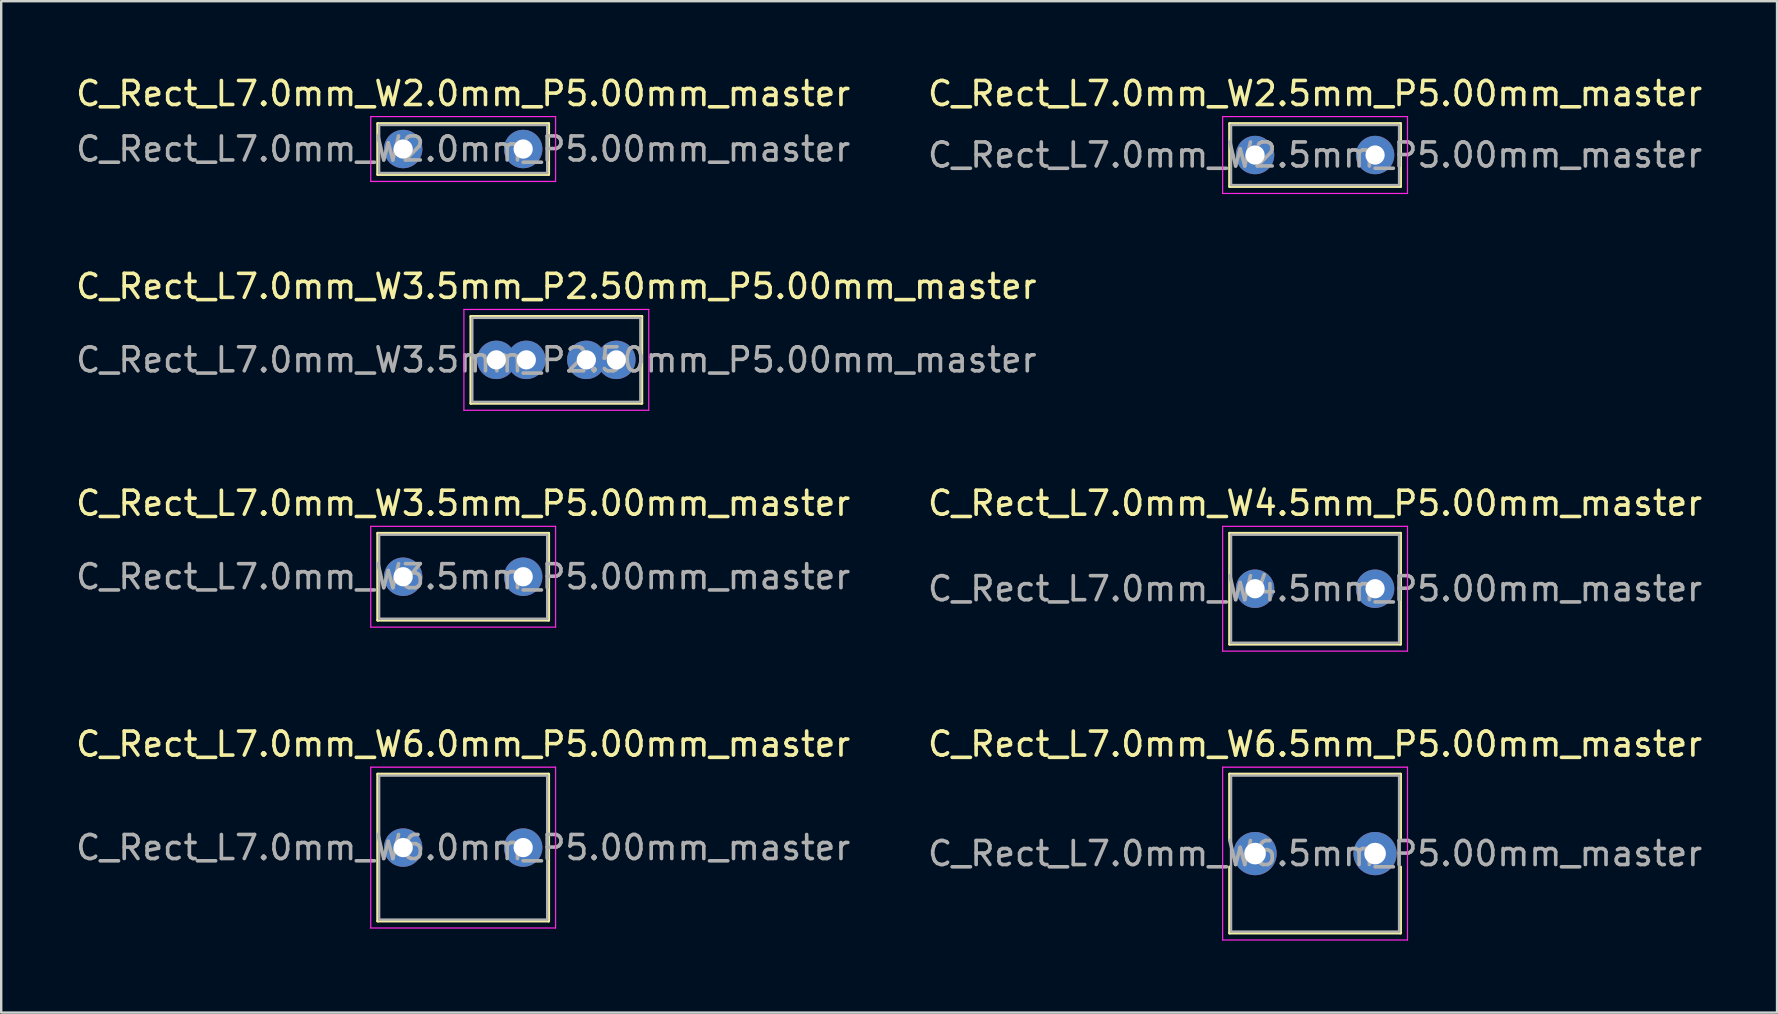
<source format=kicad_pcb>
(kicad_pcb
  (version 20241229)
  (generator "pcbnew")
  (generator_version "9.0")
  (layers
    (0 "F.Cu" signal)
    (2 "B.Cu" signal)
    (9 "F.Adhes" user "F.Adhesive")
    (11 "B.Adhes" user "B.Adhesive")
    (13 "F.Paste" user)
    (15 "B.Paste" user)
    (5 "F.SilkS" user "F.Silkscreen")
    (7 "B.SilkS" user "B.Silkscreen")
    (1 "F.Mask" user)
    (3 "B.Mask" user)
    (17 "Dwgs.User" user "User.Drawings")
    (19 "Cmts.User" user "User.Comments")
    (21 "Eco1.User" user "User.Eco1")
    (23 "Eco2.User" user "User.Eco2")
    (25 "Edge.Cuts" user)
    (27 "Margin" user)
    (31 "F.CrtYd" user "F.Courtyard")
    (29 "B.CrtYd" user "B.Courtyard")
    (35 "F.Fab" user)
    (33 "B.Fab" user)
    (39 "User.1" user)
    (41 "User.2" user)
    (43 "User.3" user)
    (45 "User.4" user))
  (footprint "C_Rect_L7.0mm_W2.0mm_P5.00mm_master"
    (layer "F.Cu")
    (at 13.744 3.158)
    (property "Reference" "C_Rect_L7.0mm_W2.0mm_P5.00mm_master" (at 2.5 -2.31 0) (layer "F.SilkS") (effects (font (size 1 1) (thickness 0.15))))
    (attr through_hole)
    (fp_line (start -1.06 -1.06) (end -1.06 1.06) (stroke (width 0.12) (type solid)) (layer "F.SilkS"))
    (fp_line (start -1.06 -1.06) (end 6.06 -1.06) (stroke (width 0.12) (type solid)) (layer "F.SilkS"))
    (fp_line (start -1.06 1.06) (end 6.06 1.06) (stroke (width 0.12) (type solid)) (layer "F.SilkS"))
    (fp_line (start 6.06 -1.06) (end 6.06 1.06) (stroke (width 0.12) (type solid)) (layer "F.SilkS"))
    (fp_line (start -1.35 -1.35) (end -1.35 1.35) (stroke (width 0.05) (type solid)) (layer "F.CrtYd"))
    (fp_line (start -1.35 1.35) (end 6.35 1.35) (stroke (width 0.05) (type solid)) (layer "F.CrtYd"))
    (fp_line (start 6.35 -1.35) (end -1.35 -1.35) (stroke (width 0.05) (type solid)) (layer "F.CrtYd"))
    (fp_line (start 6.35 1.35) (end 6.35 -1.35) (stroke (width 0.05) (type solid)) (layer "F.CrtYd"))
    (fp_line (start -1 -1) (end -1 1) (stroke (width 0.1) (type solid)) (layer "F.Fab"))
    (fp_line (start -1 1) (end 6 1) (stroke (width 0.1) (type solid)) (layer "F.Fab"))
    (fp_line (start 6 -1) (end -1 -1) (stroke (width 0.1) (type solid)) (layer "F.Fab"))
    (fp_line (start 6 1) (end 6 -1) (stroke (width 0.1) (type solid)) (layer "F.Fab"))
    (fp_text user "${REFERENCE}" (at 2.5 0 0) (layer "F.Fab") (effects (font (size 1 1) (thickness 0.15))))
    (pad "1" thru_hole circle (at 0 0) (size 1.6 1.6) (drill 0.8) (layers "*.Cu" "*.Mask"))
    (pad "2" thru_hole circle (at 5 0) (size 1.6 1.6) (drill 0.8) (layers "*.Cu" "*.Mask")))
  (footprint "C_Rect_L7.0mm_W4.5mm_P5.00mm_master"
    (layer "F.Cu")
    (at 49.232 21.475)
    (property "Reference" "C_Rect_L7.0mm_W4.5mm_P5.00mm_master" (at 2.5 -3.56 0) (layer "F.SilkS") (effects (font (size 1 1) (thickness 0.15))))
    (attr through_hole)
    (fp_line (start -1.06 -2.31) (end -1.06 2.31) (stroke (width 0.12) (type solid)) (layer "F.SilkS"))
    (fp_line (start -1.06 -2.31) (end 6.06 -2.31) (stroke (width 0.12) (type solid)) (layer "F.SilkS"))
    (fp_line (start -1.06 2.31) (end 6.06 2.31) (stroke (width 0.12) (type solid)) (layer "F.SilkS"))
    (fp_line (start 6.06 -2.31) (end 6.06 2.31) (stroke (width 0.12) (type solid)) (layer "F.SilkS"))
    (fp_line (start -1.35 -2.6) (end -1.35 2.6) (stroke (width 0.05) (type solid)) (layer "F.CrtYd"))
    (fp_line (start -1.35 2.6) (end 6.35 2.6) (stroke (width 0.05) (type solid)) (layer "F.CrtYd"))
    (fp_line (start 6.35 -2.6) (end -1.35 -2.6) (stroke (width 0.05) (type solid)) (layer "F.CrtYd"))
    (fp_line (start 6.35 2.6) (end 6.35 -2.6) (stroke (width 0.05) (type solid)) (layer "F.CrtYd"))
    (fp_line (start -1 -2.25) (end -1 2.25) (stroke (width 0.1) (type solid)) (layer "F.Fab"))
    (fp_line (start -1 2.25) (end 6 2.25) (stroke (width 0.1) (type solid)) (layer "F.Fab"))
    (fp_line (start 6 -2.25) (end -1 -2.25) (stroke (width 0.1) (type solid)) (layer "F.Fab"))
    (fp_line (start 6 2.25) (end 6 -2.25) (stroke (width 0.1) (type solid)) (layer "F.Fab"))
    (fp_text user "${REFERENCE}" (at 2.5 0 0) (layer "F.Fab") (effects (font (size 1 1) (thickness 0.15))))
    (pad "1" thru_hole circle (at 0 0) (size 1.6 1.6) (drill 0.8) (layers "*.Cu" "*.Mask"))
    (pad "2" thru_hole circle (at 5 0) (size 1.6 1.6) (drill 0.8) (layers "*.Cu" "*.Mask")))
  (footprint "C_Rect_L7.0mm_W2.5mm_P5.00mm_master"
    (layer "F.Cu")
    (at 49.232 3.408)
    (property "Reference" "C_Rect_L7.0mm_W2.5mm_P5.00mm_master" (at 2.5 -2.56 0) (layer "F.SilkS") (effects (font (size 1 1) (thickness 0.15))))
    (attr through_hole)
    (fp_line (start -1.06 -1.31) (end -1.06 1.31) (stroke (width 0.12) (type solid)) (layer "F.SilkS"))
    (fp_line (start -1.06 -1.31) (end 6.06 -1.31) (stroke (width 0.12) (type solid)) (layer "F.SilkS"))
    (fp_line (start -1.06 1.31) (end 6.06 1.31) (stroke (width 0.12) (type solid)) (layer "F.SilkS"))
    (fp_line (start 6.06 -1.31) (end 6.06 1.31) (stroke (width 0.12) (type solid)) (layer "F.SilkS"))
    (fp_line (start -1.35 -1.6) (end -1.35 1.6) (stroke (width 0.05) (type solid)) (layer "F.CrtYd"))
    (fp_line (start -1.35 1.6) (end 6.35 1.6) (stroke (width 0.05) (type solid)) (layer "F.CrtYd"))
    (fp_line (start 6.35 -1.6) (end -1.35 -1.6) (stroke (width 0.05) (type solid)) (layer "F.CrtYd"))
    (fp_line (start 6.35 1.6) (end 6.35 -1.6) (stroke (width 0.05) (type solid)) (layer "F.CrtYd"))
    (fp_line (start -1 -1.25) (end -1 1.25) (stroke (width 0.1) (type solid)) (layer "F.Fab"))
    (fp_line (start -1 1.25) (end 6 1.25) (stroke (width 0.1) (type solid)) (layer "F.Fab"))
    (fp_line (start 6 -1.25) (end -1 -1.25) (stroke (width 0.1) (type solid)) (layer "F.Fab"))
    (fp_line (start 6 1.25) (end 6 -1.25) (stroke (width 0.1) (type solid)) (layer "F.Fab"))
    (fp_text user "${REFERENCE}" (at 2.5 0 0) (layer "F.Fab") (effects (font (size 1 1) (thickness 0.15))))
    (pad "1" thru_hole circle (at 0 0) (size 1.6 1.6) (drill 0.8) (layers "*.Cu" "*.Mask"))
    (pad "2" thru_hole circle (at 5 0) (size 1.6 1.6) (drill 0.8) (layers "*.Cu" "*.Mask")))
  (footprint "C_Rect_L7.0mm_W6.0mm_P5.00mm_master"
    (layer "F.Cu")
    (at 13.744 32.258)
    (property "Reference" "C_Rect_L7.0mm_W6.0mm_P5.00mm_master" (at 2.5 -4.31 0) (layer "F.SilkS") (effects (font (size 1 1) (thickness 0.15))))
    (attr through_hole)
    (fp_line (start -1.06 -3.06) (end -1.06 3.06) (stroke (width 0.12) (type solid)) (layer "F.SilkS"))
    (fp_line (start -1.06 -3.06) (end 6.06 -3.06) (stroke (width 0.12) (type solid)) (layer "F.SilkS"))
    (fp_line (start -1.06 3.06) (end 6.06 3.06) (stroke (width 0.12) (type solid)) (layer "F.SilkS"))
    (fp_line (start 6.06 -3.06) (end 6.06 3.06) (stroke (width 0.12) (type solid)) (layer "F.SilkS"))
    (fp_line (start -1.35 -3.35) (end -1.35 3.35) (stroke (width 0.05) (type solid)) (layer "F.CrtYd"))
    (fp_line (start -1.35 3.35) (end 6.35 3.35) (stroke (width 0.05) (type solid)) (layer "F.CrtYd"))
    (fp_line (start 6.35 -3.35) (end -1.35 -3.35) (stroke (width 0.05) (type solid)) (layer "F.CrtYd"))
    (fp_line (start 6.35 3.35) (end 6.35 -3.35) (stroke (width 0.05) (type solid)) (layer "F.CrtYd"))
    (fp_line (start -1 -3) (end -1 3) (stroke (width 0.1) (type solid)) (layer "F.Fab"))
    (fp_line (start -1 3) (end 6 3) (stroke (width 0.1) (type solid)) (layer "F.Fab"))
    (fp_line (start 6 -3) (end -1 -3) (stroke (width 0.1) (type solid)) (layer "F.Fab"))
    (fp_line (start 6 3) (end 6 -3) (stroke (width 0.1) (type solid)) (layer "F.Fab"))
    (fp_text user "${REFERENCE}" (at 2.5 0 0) (layer "F.Fab") (effects (font (size 1 1) (thickness 0.15))))
    (pad "1" thru_hole circle (at 0 0) (size 1.6 1.6) (drill 0.8) (layers "*.Cu" "*.Mask"))
    (pad "2" thru_hole circle (at 5 0) (size 1.6 1.6) (drill 0.8) (layers "*.Cu" "*.Mask")))
  (footprint "C_Rect_L7.0mm_W6.5mm_P5.00mm_master"
    (layer "F.Cu")
    (at 49.232 32.508)
    (property "Reference" "C_Rect_L7.0mm_W6.5mm_P5.00mm_master" (at 2.5 -4.56 0) (layer "F.SilkS") (effects (font (size 1 1) (thickness 0.15))))
    (attr through_hole)
    (fp_line (start -1.06 -3.31) (end -1.06 -0.555) (stroke (width 0.12) (type solid)) (layer "F.SilkS"))
    (fp_line (start -1.06 -3.31) (end 6.06 -3.31) (stroke (width 0.12) (type solid)) (layer "F.SilkS"))
    (fp_line (start -1.06 0.555) (end -1.06 3.31) (stroke (width 0.12) (type solid)) (layer "F.SilkS"))
    (fp_line (start -1.06 3.31) (end 6.06 3.31) (stroke (width 0.12) (type solid)) (layer "F.SilkS"))
    (fp_line (start 6.06 -3.31) (end 6.06 -0.555) (stroke (width 0.12) (type solid)) (layer "F.SilkS"))
    (fp_line (start 6.06 0.555) (end 6.06 3.31) (stroke (width 0.12) (type solid)) (layer "F.SilkS"))
    (fp_line (start -1.35 -3.6) (end -1.35 3.6) (stroke (width 0.05) (type solid)) (layer "F.CrtYd"))
    (fp_line (start -1.35 3.6) (end 6.35 3.6) (stroke (width 0.05) (type solid)) (layer "F.CrtYd"))
    (fp_line (start 6.35 -3.6) (end -1.35 -3.6) (stroke (width 0.05) (type solid)) (layer "F.CrtYd"))
    (fp_line (start 6.35 3.6) (end 6.35 -3.6) (stroke (width 0.05) (type solid)) (layer "F.CrtYd"))
    (fp_line (start -1 -3.25) (end -1 3.25) (stroke (width 0.1) (type solid)) (layer "F.Fab"))
    (fp_line (start -1 3.25) (end 6 3.25) (stroke (width 0.1) (type solid)) (layer "F.Fab"))
    (fp_line (start 6 -3.25) (end -1 -3.25) (stroke (width 0.1) (type solid)) (layer "F.Fab"))
    (fp_line (start 6 3.25) (end 6 -3.25) (stroke (width 0.1) (type solid)) (layer "F.Fab"))
    (fp_text user "${REFERENCE}" (at 2.5 0 0) (layer "F.Fab") (effects (font (size 1 1) (thickness 0.15))))
    (pad "1" thru_hole circle (at 0 0) (size 1.8 1.8) (drill 0.9) (layers "*.Cu" "*.Mask"))
    (pad "2" thru_hole circle (at 5 0) (size 1.8 1.8) (drill 0.9) (layers "*.Cu" "*.Mask")))
  (footprint "C_Rect_L7.0mm_W3.5mm_P2.50mm_P5.00mm_master"
    (layer "F.Cu")
    (at 17.625 11.941)
    (property "Reference" "C_Rect_L7.0mm_W3.5mm_P2.50mm_P5.00mm_master" (at 2.5 -3.06 0) (layer "F.SilkS") (effects (font (size 1 1) (thickness 0.15))))
    (attr through_hole)
    (fp_line (start -1.06 -1.81) (end -1.06 1.81) (stroke (width 0.12) (type solid)) (layer "F.SilkS"))
    (fp_line (start -1.06 -1.81) (end 6.06 -1.81) (stroke (width 0.12) (type solid)) (layer "F.SilkS"))
    (fp_line (start -1.06 1.81) (end 6.06 1.81) (stroke (width 0.12) (type solid)) (layer "F.SilkS"))
    (fp_line (start 6.06 -1.81) (end 6.06 1.81) (stroke (width 0.12) (type solid)) (layer "F.SilkS"))
    (fp_line (start -1.35 -2.1) (end -1.35 2.1) (stroke (width 0.05) (type solid)) (layer "F.CrtYd"))
    (fp_line (start -1.35 2.1) (end 6.35 2.1) (stroke (width 0.05) (type solid)) (layer "F.CrtYd"))
    (fp_line (start 6.35 -2.1) (end -1.35 -2.1) (stroke (width 0.05) (type solid)) (layer "F.CrtYd"))
    (fp_line (start 6.35 2.1) (end 6.35 -2.1) (stroke (width 0.05) (type solid)) (layer "F.CrtYd"))
    (fp_line (start -1 -1.75) (end -1 1.75) (stroke (width 0.1) (type solid)) (layer "F.Fab"))
    (fp_line (start -1 1.75) (end 6 1.75) (stroke (width 0.1) (type solid)) (layer "F.Fab"))
    (fp_line (start 6 -1.75) (end -1 -1.75) (stroke (width 0.1) (type solid)) (layer "F.Fab"))
    (fp_line (start 6 1.75) (end 6 -1.75) (stroke (width 0.1) (type solid)) (layer "F.Fab"))
    (fp_text user "${REFERENCE}" (at 2.5 0 0) (layer "F.Fab") (effects (font (size 1 1) (thickness 0.15))))
    (pad "1" thru_hole circle (at 0 0) (size 1.6 1.6) (drill 0.8) (layers "*.Cu" "*.Mask"))
    (pad "1" thru_hole circle (at 1.25 0) (size 1.6 1.6) (drill 0.8) (layers "*.Cu" "*.Mask"))
    (pad "2" thru_hole circle (at 3.75 0) (size 1.6 1.6) (drill 0.8) (layers "*.Cu" "*.Mask"))
    (pad "2" thru_hole circle (at 5 0) (size 1.6 1.6) (drill 0.8) (layers "*.Cu" "*.Mask")))
  (footprint "C_Rect_L7.0mm_W3.5mm_P5.00mm_master"
    (layer "F.Cu")
    (at 13.744 20.975)
    (property "Reference" "C_Rect_L7.0mm_W3.5mm_P5.00mm_master" (at 2.5 -3.06 0) (layer "F.SilkS") (effects (font (size 1 1) (thickness 0.15))))
    (attr through_hole)
    (fp_line (start -1.06 -1.81) (end -1.06 1.81) (stroke (width 0.12) (type solid)) (layer "F.SilkS"))
    (fp_line (start -1.06 -1.81) (end 6.06 -1.81) (stroke (width 0.12) (type solid)) (layer "F.SilkS"))
    (fp_line (start -1.06 1.81) (end 6.06 1.81) (stroke (width 0.12) (type solid)) (layer "F.SilkS"))
    (fp_line (start 6.06 -1.81) (end 6.06 1.81) (stroke (width 0.12) (type solid)) (layer "F.SilkS"))
    (fp_line (start -1.35 -2.1) (end -1.35 2.1) (stroke (width 0.05) (type solid)) (layer "F.CrtYd"))
    (fp_line (start -1.35 2.1) (end 6.35 2.1) (stroke (width 0.05) (type solid)) (layer "F.CrtYd"))
    (fp_line (start 6.35 -2.1) (end -1.35 -2.1) (stroke (width 0.05) (type solid)) (layer "F.CrtYd"))
    (fp_line (start 6.35 2.1) (end 6.35 -2.1) (stroke (width 0.05) (type solid)) (layer "F.CrtYd"))
    (fp_line (start -1 -1.75) (end -1 1.75) (stroke (width 0.1) (type solid)) (layer "F.Fab"))
    (fp_line (start -1 1.75) (end 6 1.75) (stroke (width 0.1) (type solid)) (layer "F.Fab"))
    (fp_line (start 6 -1.75) (end -1 -1.75) (stroke (width 0.1) (type solid)) (layer "F.Fab"))
    (fp_line (start 6 1.75) (end 6 -1.75) (stroke (width 0.1) (type solid)) (layer "F.Fab"))
    (fp_text user "${REFERENCE}" (at 2.5 0 0) (layer "F.Fab") (effects (font (size 1 1) (thickness 0.15))))
    (pad "1" thru_hole circle (at 0 0) (size 1.6 1.6) (drill 0.8) (layers "*.Cu" "*.Mask"))
    (pad "2" thru_hole circle (at 5 0) (size 1.6 1.6) (drill 0.8) (layers "*.Cu" "*.Mask")))
  (gr_rect
    (start -3 -3)
    (end 70.976 39.133)
    (stroke (width 0.1) (type default))
    (fill no)
    (layer "Edge.Cuts")))
</source>
